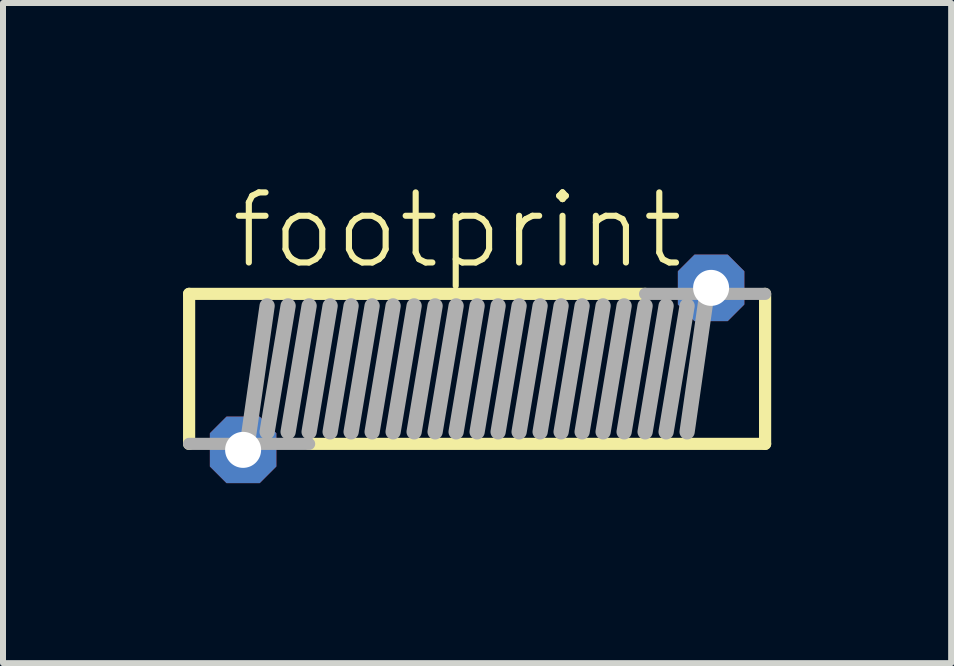
<source format=kicad_pcb>
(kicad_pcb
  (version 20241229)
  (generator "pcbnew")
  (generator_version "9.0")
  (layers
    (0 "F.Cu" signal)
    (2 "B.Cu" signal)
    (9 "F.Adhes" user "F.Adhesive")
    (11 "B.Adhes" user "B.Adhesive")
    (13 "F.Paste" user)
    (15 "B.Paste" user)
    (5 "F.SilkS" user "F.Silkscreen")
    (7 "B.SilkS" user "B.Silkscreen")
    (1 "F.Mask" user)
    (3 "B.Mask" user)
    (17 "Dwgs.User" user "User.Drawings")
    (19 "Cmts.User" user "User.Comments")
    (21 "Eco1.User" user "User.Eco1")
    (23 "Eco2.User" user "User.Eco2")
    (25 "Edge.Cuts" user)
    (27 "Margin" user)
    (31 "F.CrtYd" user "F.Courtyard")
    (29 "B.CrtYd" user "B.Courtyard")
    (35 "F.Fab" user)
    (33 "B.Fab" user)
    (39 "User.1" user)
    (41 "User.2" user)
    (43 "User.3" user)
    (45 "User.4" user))
  (footprint "footprint"
    (layer "F.Cu")
    (at 4.902 3.098)
    (property "Reference" "footprint" (at -4.15 -1.625 0) (layer "F.SilkS") (effects (font (size 1.168 1.168) (thickness 0.102)) (justify left bottom)))
    (fp_line (start -4.8 -1.25) (end -4.8 1.25) (stroke (width 0.203) (type solid)) (layer "F.SilkS"))
    (fp_line (start -2.8 1.25) (end 4.8 1.25) (stroke (width 0.203) (type solid)) (layer "F.SilkS"))
    (fp_line (start 2.8 -1.25) (end -4.8 -1.25) (stroke (width 0.203) (type solid)) (layer "F.SilkS"))
    (fp_line (start 4.8 1.25) (end 4.8 -1.25) (stroke (width 0.203) (type solid)) (layer "F.SilkS"))
    (fp_line (start -4.8 1.25) (end -2.8 1.25) (stroke (width 0.203) (type solid)) (layer "F.Fab"))
    (fp_line (start -3.85 1.4) (end -3.5 -1.05) (stroke (width 0.254) (type solid)) (layer "F.Fab"))
    (fp_line (start -3.5 1.05) (end -3.15 -1.05) (stroke (width 0.254) (type solid)) (layer "F.Fab"))
    (fp_line (start -3.15 1.05) (end -2.8 -1.05) (stroke (width 0.254) (type solid)) (layer "F.Fab"))
    (fp_line (start -2.8 1.05) (end -2.45 -1.05) (stroke (width 0.254) (type solid)) (layer "F.Fab"))
    (fp_line (start -2.45 1.05) (end -2.1 -1.05) (stroke (width 0.254) (type solid)) (layer "F.Fab"))
    (fp_line (start -2.1 1.05) (end -1.75 -1.05) (stroke (width 0.254) (type solid)) (layer "F.Fab"))
    (fp_line (start -1.75 1.05) (end -1.4 -1.05) (stroke (width 0.254) (type solid)) (layer "F.Fab"))
    (fp_line (start -1.4 1.05) (end -1.05 -1.05) (stroke (width 0.254) (type solid)) (layer "F.Fab"))
    (fp_line (start -1.05 1.05) (end -0.7 -1.05) (stroke (width 0.254) (type solid)) (layer "F.Fab"))
    (fp_line (start -0.7 1.05) (end -0.35 -1.05) (stroke (width 0.254) (type solid)) (layer "F.Fab"))
    (fp_line (start -0.35 1.05) (end 0 -1.05) (stroke (width 0.254) (type solid)) (layer "F.Fab"))
    (fp_line (start 0 1.05) (end 0.35 -1.05) (stroke (width 0.254) (type solid)) (layer "F.Fab"))
    (fp_line (start 0.35 1.05) (end 0.7 -1.05) (stroke (width 0.254) (type solid)) (layer "F.Fab"))
    (fp_line (start 0.7 1.05) (end 1.05 -1.05) (stroke (width 0.254) (type solid)) (layer "F.Fab"))
    (fp_line (start 1.05 1.05) (end 1.4 -1.05) (stroke (width 0.254) (type solid)) (layer "F.Fab"))
    (fp_line (start 1.4 1.05) (end 1.75 -1.05) (stroke (width 0.254) (type solid)) (layer "F.Fab"))
    (fp_line (start 1.75 1.05) (end 2.1 -1.05) (stroke (width 0.254) (type solid)) (layer "F.Fab"))
    (fp_line (start 2.1 1.05) (end 2.45 -1.05) (stroke (width 0.254) (type solid)) (layer "F.Fab"))
    (fp_line (start 2.45 1.05) (end 2.8 -1.05) (stroke (width 0.254) (type solid)) (layer "F.Fab"))
    (fp_line (start 2.8 1.05) (end 3.15 -1.05) (stroke (width 0.254) (type solid)) (layer "F.Fab"))
    (fp_line (start 3.15 1.05) (end 3.5 -1.05) (stroke (width 0.254) (type solid)) (layer "F.Fab"))
    (fp_line (start 3.5 1.05) (end 3.85 -1.4) (stroke (width 0.254) (type solid)) (layer "F.Fab"))
    (fp_line (start 4.8 -1.25) (end 2.8 -1.25) (stroke (width 0.203) (type solid)) (layer "F.Fab"))
    (pad "1" thru_hole roundrect (at -3.9 1.35) (size 1.108 1.108) (drill 0.6) (layers "*.Cu" "*.Mask") (roundrect_rratio 0.25) (chamfer_ratio 0.25) (chamfer top_left top_right bottom_left bottom_right))
    (pad "2" thru_hole roundrect (at 3.9 -1.35) (size 1.108 1.108) (drill 0.6) (layers "*.Cu" "*.Mask") (roundrect_rratio 0.25) (chamfer_ratio 0.25) (chamfer top_left top_right bottom_left bottom_right)))
  (gr_rect
    (start -3 -3)
    (end 12.803 8.002)
    (stroke (width 0.1) (type default))
    (fill no)
    (layer "Edge.Cuts")))
</source>
